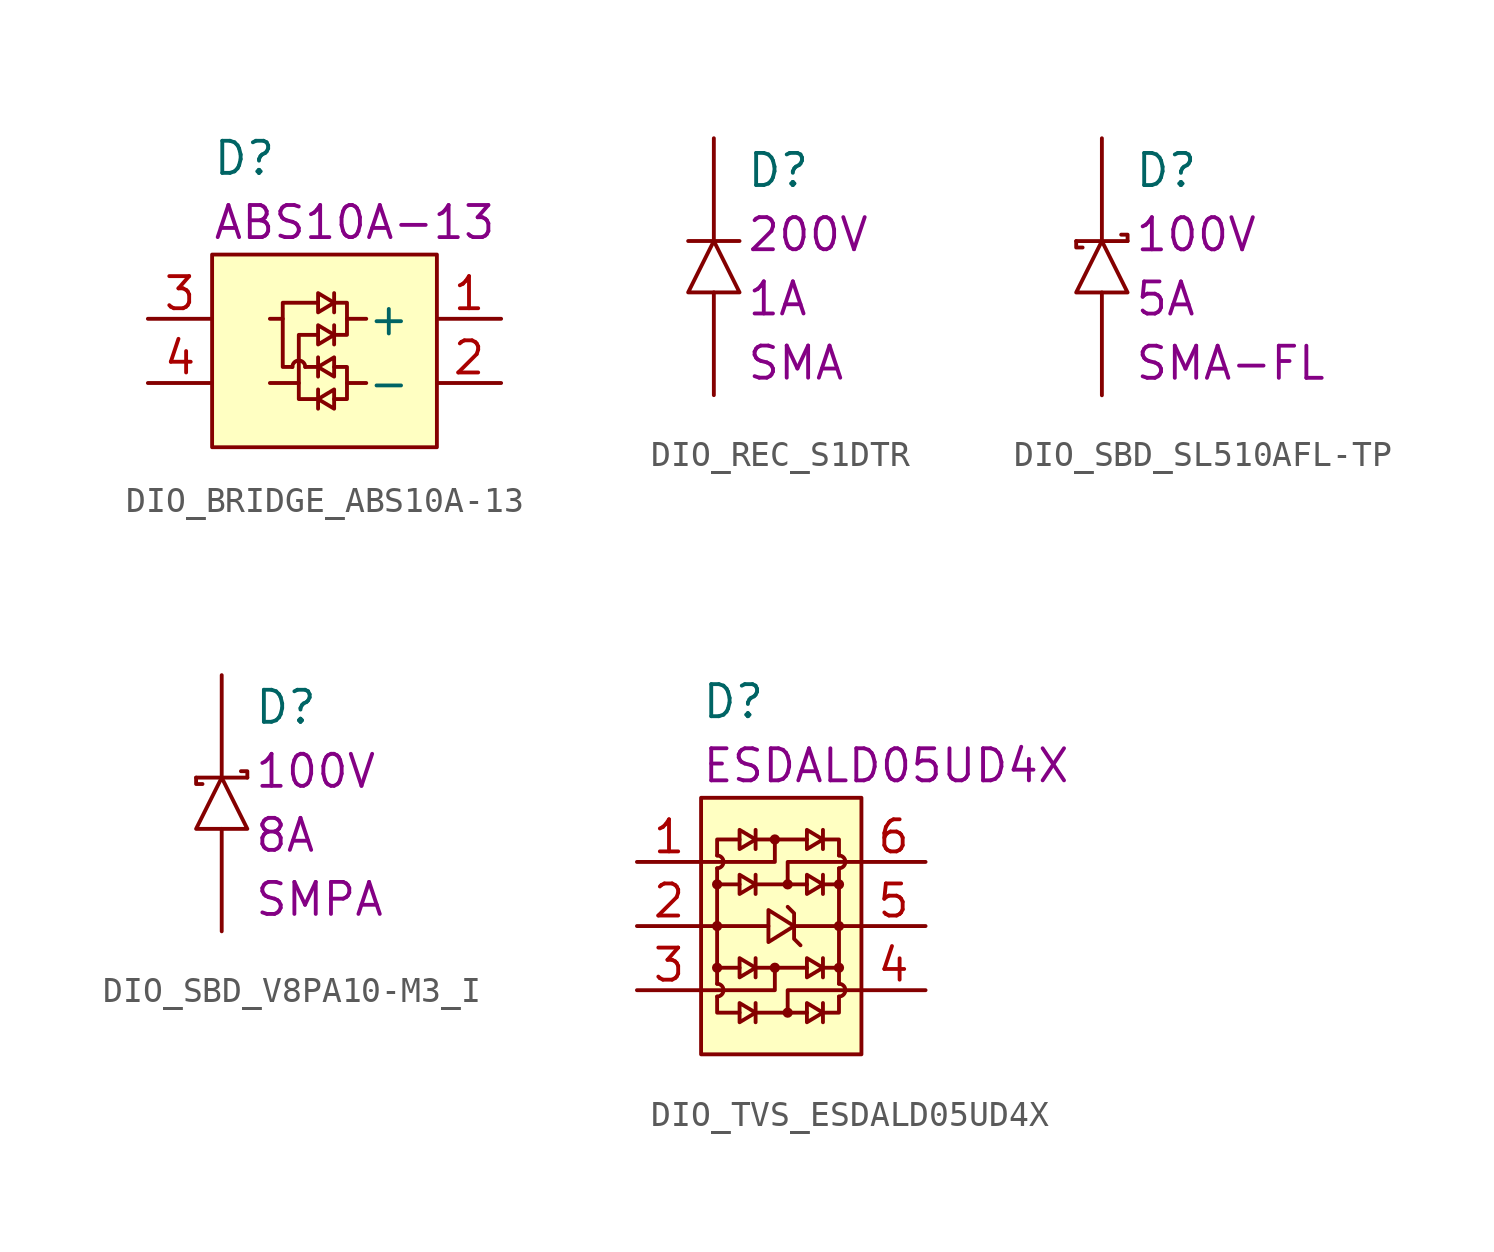
<source format=kicad_sym>
(kicad_symbol_lib
  (version 20211014)
  (generator kicad_symbol_editor)
  (symbol "DIO_BRIDGE_ABS10A-13"
    (pin_names
      (offset 1.016))
    (property "Reference" "D"
      (at 0 3.81 0)
      (effects (font (size 1.27 1.27)) (justify left)))
    (property "Manufacturer Part Number" "ABS10A-13"
      (at 0 1.27 0)
      (effects (font (size 1.27 1.27)) (justify left)))
    (symbol "DIO_BRIDGE_ABS10A-13_0_0"
      (polyline (pts (xy 3.683 -4.445) (xy 4.191 -4.445)) (stroke (width 0) (type default) (color 0 0 0 0)) (fill (type none)))
      (polyline (pts (xy 4.191 -5.334) (xy 4.191 -6.096)) (stroke (width 0) (type default) (color 0 0 0 0)) (fill (type none)))
      (polyline (pts (xy 4.826 -2.794) (xy 4.826 -3.556)) (stroke (width 0) (type default) (color 0 0 0 0)) (fill (type none)))
      (polyline (pts (xy 5.334 -5.08) (xy 6.096 -5.08)) (stroke (width 0) (type default) (color 0 0 0 0)) (fill (type none)))
      (polyline (pts (xy 5.334 -2.54) (xy 6.096 -2.54)) (stroke (width 0) (type default) (color 0 0 0 0)) (fill (type none)))
      (polyline (pts (xy 3.175 -4.445) (xy 2.794 -4.445) (xy 2.794 -2.54)) (stroke (width 0) (type default) (color 0 0 0 0)) (fill (type none)))
      (polyline (pts (xy 3.429 -5.08) (xy 3.429 -5.715) (xy 4.191 -5.715)) (stroke (width 0) (type default) (color 0 0 0 0)) (fill (type none)))
      (polyline (pts (xy 2.286 -5.08) (xy 3.429 -5.08) (xy 3.429 -3.175) (xy 4.191 -3.175)) (stroke (width 0) (type default) (color 0 0 0 0)) (fill (type none)))
      (polyline (pts (xy 2.286 -2.54) (xy 2.794 -2.54) (xy 2.794 -1.905) (xy 4.191 -1.905)) (stroke (width 0) (type default) (color 0 0 0 0)) (fill (type none)))
      (polyline (pts (xy 4.191 -5.715) (xy 4.826 -5.334) (xy 4.826 -6.096) (xy 4.191 -5.715)) (stroke (width 0) (type default) (color 0 0 0 0)) (fill (type none)))
      (polyline (pts (xy 4.826 -4.445) (xy 5.334 -4.445) (xy 5.334 -5.715) (xy 4.826 -5.715)) (stroke (width 0) (type default) (color 0 0 0 0)) (fill (type none)))
      (polyline (pts (xy 4.826 -3.175) (xy 4.191 -2.794) (xy 4.191 -3.556) (xy 4.826 -3.175)) (stroke (width 0) (type default) (color 0 0 0 0)) (fill (type none)))
      (polyline (pts (xy 4.826 -1.905) (xy 5.334 -1.905) (xy 5.334 -3.175) (xy 4.826 -3.175)) (stroke (width 0) (type default) (color 0 0 0 0)) (fill (type none)))
      (arc (start 3.683 -4.445) (mid 3.429 -4.191) (end 3.175 -4.445) (stroke (width 0) (type default) (color 0 0 0 0)) (fill (type none))))
    (symbol "DIO_BRIDGE_ABS10A-13_0_1"
      (rectangle (start 0 -5.08) (end 0 -5.08) (stroke (width 0) (type default) (color 0 0 0 0)) (fill (type none)))
      (rectangle (start 0 0) (end 8.89 -7.62) (stroke (width 0) (type default) (color 0 0 0 0)) (fill (type background))))
    (symbol "DIO_BRIDGE_ABS10A-13_1_1"
      (polyline (pts (xy 4.191 -4.064) (xy 4.191 -4.826)) (stroke (width 0) (type default) (color 0 0 0 0)) (fill (type none)))
      (polyline (pts (xy 4.826 -1.524) (xy 4.826 -2.286)) (stroke (width 0) (type default) (color 0 0 0 0)) (fill (type none)))
      (polyline (pts (xy 4.191 -4.445) (xy 4.826 -4.064) (xy 4.826 -4.826) (xy 4.191 -4.445)) (stroke (width 0) (type default) (color 0 0 0 0)) (fill (type none)))
      (polyline (pts (xy 4.826 -1.905) (xy 4.191 -1.524) (xy 4.191 -2.286) (xy 4.826 -1.905)) (stroke (width 0) (type default) (color 0 0 0 0)) (fill (type none)))
      (pin passive line (at 11.43 -2.54 180) (length 2.54) (name "+" (effects (font (size 1.27 1.27)))) (number "1" (effects (font (size 1.27 1.27)))))
      (pin passive line (at 11.43 -5.08 180) (length 2.54) (name "-" (effects (font (size 1.27 1.27)))) (number "2" (effects (font (size 1.27 1.27)))))
      (pin passive line (at -2.54 -2.54 0) (length 2.54) (name "~" (effects (font (size 1.27 1.27)))) (number "3" (effects (font (size 1.27 1.27)))))
      (pin passive line (at -2.54 -5.08 0) (length 2.54) (name "~" (effects (font (size 1.27 1.27)))) (number "4" (effects (font (size 1.27 1.27)))))))
  (symbol "DIO_REC_S1DTR"
    (pin_numbers hide)
    (pin_names
      (offset 1.016) hide)
    (property "Reference" "D"
      (at 1.27 3.81 0)
      (effects (font (size 1.27 1.27)) (justify left)))
    (property "Current" "1A"
      (at 1.27 -1.27 0)
      (effects (font (size 1.27 1.27)) (justify left)))
    (property "Package" "SMA"
      (at 1.27 -3.81 0)
      (effects (font (size 1.27 1.27)) (justify left)))
    (property "Voltage" "200V"
      (at 1.27 1.27 0)
      (effects (font (size 1.27 1.27)) (justify left)))
    (symbol "DIO_REC_S1DTR_0_1"
      (polyline (pts (xy 1.016 1.016) (xy -1.016 1.016)) (stroke (width 0) (type default) (color 0 0 0 0)) (fill (type none)))
      (polyline (pts (xy 0 1.016) (xy -1.016 -1.016) (xy 1.016 -1.016) (xy 0 1.016)) (stroke (width 0) (type default) (color 0 0 0 0)) (fill (type none))))
    (symbol "DIO_REC_S1DTR_1_1"
      (pin passive line (at 0 5.08 270) (length 4.064) (name "K" (effects (font (size 1.27 1.27)))) (number "1" (effects (font (size 1.27 1.27)))))
      (pin passive line (at 0 -5.08 90) (length 4.064) (name "A" (effects (font (size 1.27 1.27)))) (number "2" (effects (font (size 1.27 1.27)))))))
  (symbol "DIO_SBD_SL510AFL-TP"
    (pin_numbers hide)
    (pin_names
      (offset 1.016) hide)
    (property "Reference" "D"
      (at 1.27 3.81 0)
      (effects (font (size 1.27 1.27)) (justify left)))
    (property "Current" "5A"
      (at 1.27 -1.27 0)
      (effects (font (size 1.27 1.27)) (justify left)))
    (property "Package" "SMA-FL"
      (at 1.27 -3.81 0)
      (effects (font (size 1.27 1.27)) (justify left)))
    (property "Voltage" "100V"
      (at 1.27 1.27 0)
      (effects (font (size 1.27 1.27)) (justify left)))
    (symbol "DIO_SBD_SL510AFL-TP_0_1"
      (polyline (pts (xy 1.016 1.016) (xy -1.016 1.016)) (stroke (width 0) (type default) (color 0 0 0 0)) (fill (type none)))
      (polyline (pts (xy -1.016 1.016) (xy -1.016 0.762) (xy -0.762 0.762)) (stroke (width 0) (type default) (color 0 0 0 0)) (fill (type none)))
      (polyline (pts (xy 1.016 1.016) (xy 1.016 1.27) (xy 0.762 1.27)) (stroke (width 0) (type default) (color 0 0 0 0)) (fill (type none)))
      (polyline (pts (xy 0 1.016) (xy -1.016 -1.016) (xy 1.016 -1.016) (xy 0 1.016)) (stroke (width 0) (type default) (color 0 0 0 0)) (fill (type none))))
    (symbol "DIO_SBD_SL510AFL-TP_1_1"
      (pin passive line (at 0 5.08 270) (length 4.064) (name "K" (effects (font (size 1.27 1.27)))) (number "1" (effects (font (size 1.27 1.27)))))
      (pin passive line (at 0 -5.08 90) (length 4.064) (name "A" (effects (font (size 1.27 1.27)))) (number "2" (effects (font (size 1.27 1.27)))))))
  (symbol "DIO_SBD_V8PA10-M3_I"
    (pin_numbers hide)
    (pin_names
      (offset 1.016) hide)
    (property "Reference" "D"
      (at 1.27 3.81 0)
      (effects (font (size 1.27 1.27)) (justify left)))
    (property "Current" "8A"
      (at 1.27 -1.27 0)
      (effects (font (size 1.27 1.27)) (justify left)))
    (property "Package" "SMPA"
      (at 1.27 -3.81 0)
      (effects (font (size 1.27 1.27)) (justify left)))
    (property "Voltage" "100V"
      (at 1.27 1.27 0)
      (effects (font (size 1.27 1.27)) (justify left)))
    (symbol "DIO_SBD_V8PA10-M3_I_0_1"
      (polyline (pts (xy 1.016 1.016) (xy -1.016 1.016)) (stroke (width 0) (type default) (color 0 0 0 0)) (fill (type none)))
      (polyline (pts (xy -1.016 1.016) (xy -1.016 0.762) (xy -0.762 0.762)) (stroke (width 0) (type default) (color 0 0 0 0)) (fill (type none)))
      (polyline (pts (xy 1.016 1.016) (xy 1.016 1.27) (xy 0.762 1.27)) (stroke (width 0) (type default) (color 0 0 0 0)) (fill (type none)))
      (polyline (pts (xy 0 1.016) (xy -1.016 -1.016) (xy 1.016 -1.016) (xy 0 1.016)) (stroke (width 0) (type default) (color 0 0 0 0)) (fill (type none))))
    (symbol "DIO_SBD_V8PA10-M3_I_1_1"
      (pin passive line (at 0 5.08 270) (length 4.064) (name "K" (effects (font (size 1.27 1.27)))) (number "1" (effects (font (size 1.27 1.27)))))
      (pin passive line (at 0 -5.08 90) (length 4.064) (name "A" (effects (font (size 1.27 1.27)))) (number "2" (effects (font (size 1.27 1.27)))))))
  (symbol "DIO_TVS_ESDALD05UD4X"
    (pin_names
      (offset 1.016) hide)
    (property "Reference" "D"
      (at 0 3.81 0)
      (effects (font (size 1.27 1.27)) (justify left)))
    (property "Manufacturer Part Number" "ESDALD05UD4X"
      (at 0 1.27 0)
      (effects (font (size 1.27 1.27)) (justify left)))
    (symbol "DIO_TVS_ESDALD05UD4X_0_0"
      (polyline (pts (xy 4.826 -3.048) (xy 4.826 -3.81)) (stroke (width 0) (type default) (color 0 0 0 0)) (fill (type none)))
      (polyline (pts (xy 4.826 -3.429) (xy 4.191 -3.048) (xy 4.191 -3.81) (xy 4.826 -3.429)) (stroke (width 0) (type default) (color 0 0 0 0)) (fill (type none))))
    (symbol "DIO_TVS_ESDALD05UD4X_0_1"
      (polyline (pts (xy 0.635 -7.366) (xy 0.635 -2.794)) (stroke (width 0) (type default) (color 0 0 0 0)) (fill (type none)))
      (polyline (pts (xy 1.524 -6.731) (xy 0.635 -6.731)) (stroke (width 0) (type default) (color 0 0 0 0)) (fill (type none)))
      (polyline (pts (xy 1.524 -3.429) (xy 0.635 -3.429)) (stroke (width 0) (type default) (color 0 0 0 0)) (fill (type none)))
      (polyline (pts (xy 2.159 -8.509) (xy 4.191 -8.509)) (stroke (width 0) (type default) (color 0 0 0 0)) (fill (type none)))
      (polyline (pts (xy 2.159 -6.731) (xy 4.191 -6.731)) (stroke (width 0) (type default) (color 0 0 0 0)) (fill (type none)))
      (polyline (pts (xy 2.159 -3.429) (xy 4.191 -3.429)) (stroke (width 0) (type default) (color 0 0 0 0)) (fill (type none)))
      (polyline (pts (xy 2.159 -1.651) (xy 4.191 -1.651)) (stroke (width 0) (type default) (color 0 0 0 0)) (fill (type none)))
      (polyline (pts (xy 2.667 -5.08) (xy 0 -5.08)) (stroke (width 0) (type default) (color 0 0 0 0)) (fill (type none)))
      (polyline (pts (xy 3.683 -5.08) (xy 6.35 -5.08)) (stroke (width 0) (type default) (color 0 0 0 0)) (fill (type none)))
      (polyline (pts (xy 4.826 -6.731) (xy 5.461 -6.731)) (stroke (width 0) (type default) (color 0 0 0 0)) (fill (type none)))
      (polyline (pts (xy 4.826 -3.429) (xy 5.461 -3.429)) (stroke (width 0) (type default) (color 0 0 0 0)) (fill (type none)))
      (polyline (pts (xy 5.461 -2.794) (xy 5.461 -7.366)) (stroke (width 0) (type default) (color 0 0 0 0)) (fill (type none)))
      (polyline (pts (xy 0.635 -2.286) (xy 0.635 -1.651) (xy 1.524 -1.651)) (stroke (width 0) (type default) (color 0 0 0 0)) (fill (type none)))
      (polyline (pts (xy 1.524 -8.509) (xy 0.635 -8.509) (xy 0.635 -7.874)) (stroke (width 0) (type default) (color 0 0 0 0)) (fill (type none)))
      (polyline (pts (xy 2.921 -6.731) (xy 2.921 -7.62) (xy 0 -7.62)) (stroke (width 0) (type default) (color 0 0 0 0)) (fill (type none)))
      (polyline (pts (xy 2.921 -1.651) (xy 2.921 -2.54) (xy 0 -2.54)) (stroke (width 0) (type default) (color 0 0 0 0)) (fill (type none)))
      (polyline (pts (xy 3.429 -8.509) (xy 3.429 -7.62) (xy 6.35 -7.62)) (stroke (width 0) (type default) (color 0 0 0 0)) (fill (type none)))
      (polyline (pts (xy 3.429 -3.429) (xy 3.429 -2.54) (xy 6.35 -2.54)) (stroke (width 0) (type default) (color 0 0 0 0)) (fill (type none)))
      (polyline (pts (xy 5.461 -7.874) (xy 5.461 -8.509) (xy 4.826 -8.509)) (stroke (width 0) (type default) (color 0 0 0 0)) (fill (type none)))
      (polyline (pts (xy 5.461 -2.286) (xy 5.461 -1.651) (xy 4.826 -1.651)) (stroke (width 0) (type default) (color 0 0 0 0)) (fill (type none)))
      (polyline (pts (xy 3.683 -5.08) (xy 2.667 -4.445) (xy 2.667 -5.715) (xy 3.683 -5.08)) (stroke (width 0) (type default) (color 0 0 0 0)) (fill (type none)))
      (polyline (pts (xy 3.937 -5.842) (xy 3.683 -5.588) (xy 3.683 -4.572) (xy 3.429 -4.318)) (stroke (width 0) (type default) (color 0 0 0 0)) (fill (type none)))
      (rectangle (start 0 0) (end 6.35 -10.16) (stroke (width 0) (type default) (color 0 0 0 0)) (fill (type background)))
      (arc (start 0.635 -7.874) (mid 0.889 -7.62) (end 0.635 -7.366) (stroke (width 0) (type default) (color 0 0 0 0)) (fill (type none)))
      (circle (center 0.635 -6.731) (radius 0.127) (stroke (width 0) (type default) (color 0 0 0 0)) (fill (type none)))
      (circle (center 0.635 -5.08) (radius 0.127) (stroke (width 0) (type default) (color 0 0 0 0)) (fill (type none)))
      (circle (center 0.635 -3.429) (radius 0.127) (stroke (width 0) (type default) (color 0 0 0 0)) (fill (type none)))
      (arc (start 0.635 -2.794) (mid 0.889 -2.54) (end 0.635 -2.286) (stroke (width 0) (type default) (color 0 0 0 0)) (fill (type none)))
      (circle (center 2.921 -6.731) (radius 0.127) (stroke (width 0) (type default) (color 0 0 0 0)) (fill (type none)))
      (circle (center 2.921 -1.651) (radius 0.127) (stroke (width 0) (type default) (color 0 0 0 0)) (fill (type none)))
      (circle (center 3.429 -8.509) (radius 0.127) (stroke (width 0) (type default) (color 0 0 0 0)) (fill (type none)))
      (circle (center 3.429 -3.429) (radius 0.127) (stroke (width 0) (type default) (color 0 0 0 0)) (fill (type none)))
      (arc (start 5.461 -7.874) (mid 5.715 -7.62) (end 5.461 -7.366) (stroke (width 0) (type default) (color 0 0 0 0)) (fill (type none)))
      (circle (center 5.461 -6.731) (radius 0.127) (stroke (width 0) (type default) (color 0 0 0 0)) (fill (type none)))
      (circle (center 5.461 -5.08) (radius 0.127) (stroke (width 0) (type default) (color 0 0 0 0)) (fill (type none)))
      (circle (center 5.461 -3.429) (radius 0.127) (stroke (width 0) (type default) (color 0 0 0 0)) (fill (type none)))
      (arc (start 5.461 -2.794) (mid 5.715 -2.54) (end 5.461 -2.286) (stroke (width 0) (type default) (color 0 0 0 0)) (fill (type none)))
      (rectangle (start 6.35 -5.08) (end 6.35 -5.08) (stroke (width 0) (type default) (color 0 0 0 0)) (fill (type none))))
    (symbol "DIO_TVS_ESDALD05UD4X_1_1"
      (polyline (pts (xy 2.159 -8.128) (xy 2.159 -8.89)) (stroke (width 0) (type default) (color 0 0 0 0)) (fill (type none)))
      (polyline (pts (xy 2.159 -6.35) (xy 2.159 -7.112)) (stroke (width 0) (type default) (color 0 0 0 0)) (fill (type none)))
      (polyline (pts (xy 2.159 -3.048) (xy 2.159 -3.81)) (stroke (width 0) (type default) (color 0 0 0 0)) (fill (type none)))
      (polyline (pts (xy 2.159 -1.27) (xy 2.159 -2.032)) (stroke (width 0) (type default) (color 0 0 0 0)) (fill (type none)))
      (polyline (pts (xy 4.826 -8.128) (xy 4.826 -8.89)) (stroke (width 0) (type default) (color 0 0 0 0)) (fill (type none)))
      (polyline (pts (xy 4.826 -6.35) (xy 4.826 -7.112)) (stroke (width 0) (type default) (color 0 0 0 0)) (fill (type none)))
      (polyline (pts (xy 4.826 -1.27) (xy 4.826 -2.032)) (stroke (width 0) (type default) (color 0 0 0 0)) (fill (type none)))
      (polyline (pts (xy 2.159 -8.509) (xy 1.524 -8.128) (xy 1.524 -8.89) (xy 2.159 -8.509)) (stroke (width 0) (type default) (color 0 0 0 0)) (fill (type none)))
      (polyline (pts (xy 2.159 -6.731) (xy 1.524 -6.35) (xy 1.524 -7.112) (xy 2.159 -6.731)) (stroke (width 0) (type default) (color 0 0 0 0)) (fill (type none)))
      (polyline (pts (xy 2.159 -3.429) (xy 1.524 -3.048) (xy 1.524 -3.81) (xy 2.159 -3.429)) (stroke (width 0) (type default) (color 0 0 0 0)) (fill (type none)))
      (polyline (pts (xy 2.159 -1.651) (xy 1.524 -1.27) (xy 1.524 -2.032) (xy 2.159 -1.651)) (stroke (width 0) (type default) (color 0 0 0 0)) (fill (type none)))
      (polyline (pts (xy 4.826 -8.509) (xy 4.191 -8.128) (xy 4.191 -8.89) (xy 4.826 -8.509)) (stroke (width 0) (type default) (color 0 0 0 0)) (fill (type none)))
      (polyline (pts (xy 4.826 -6.731) (xy 4.191 -6.35) (xy 4.191 -7.112) (xy 4.826 -6.731)) (stroke (width 0) (type default) (color 0 0 0 0)) (fill (type none)))
      (polyline (pts (xy 4.826 -1.651) (xy 4.191 -1.27) (xy 4.191 -2.032) (xy 4.826 -1.651)) (stroke (width 0) (type default) (color 0 0 0 0)) (fill (type none)))
      (pin passive line (at -2.54 -2.54 0) (length 2.54) (name "1" (effects (font (size 1.27 1.27)))) (number "1" (effects (font (size 1.27 1.27)))))
      (pin power_in line (at -2.54 -5.08 0) (length 2.54) (name "2" (effects (font (size 1.27 1.27)))) (number "2" (effects (font (size 1.27 1.27)))))
      (pin passive line (at -2.54 -7.62 0) (length 2.54) (name "3" (effects (font (size 1.27 1.27)))) (number "3" (effects (font (size 1.27 1.27)))))
      (pin passive line (at 8.89 -7.62 180) (length 2.54) (name "4" (effects (font (size 1.27 1.27)))) (number "4" (effects (font (size 1.27 1.27)))))
      (pin power_in line (at 8.89 -5.08 180) (length 2.54) (name "5" (effects (font (size 1.27 1.27)))) (number "5" (effects (font (size 1.27 1.27)))))
      (pin passive line (at 8.89 -2.54 180) (length 2.54) (name "6" (effects (font (size 1.27 1.27)))) (number "6" (effects (font (size 1.27 1.27))))))))
</source>
